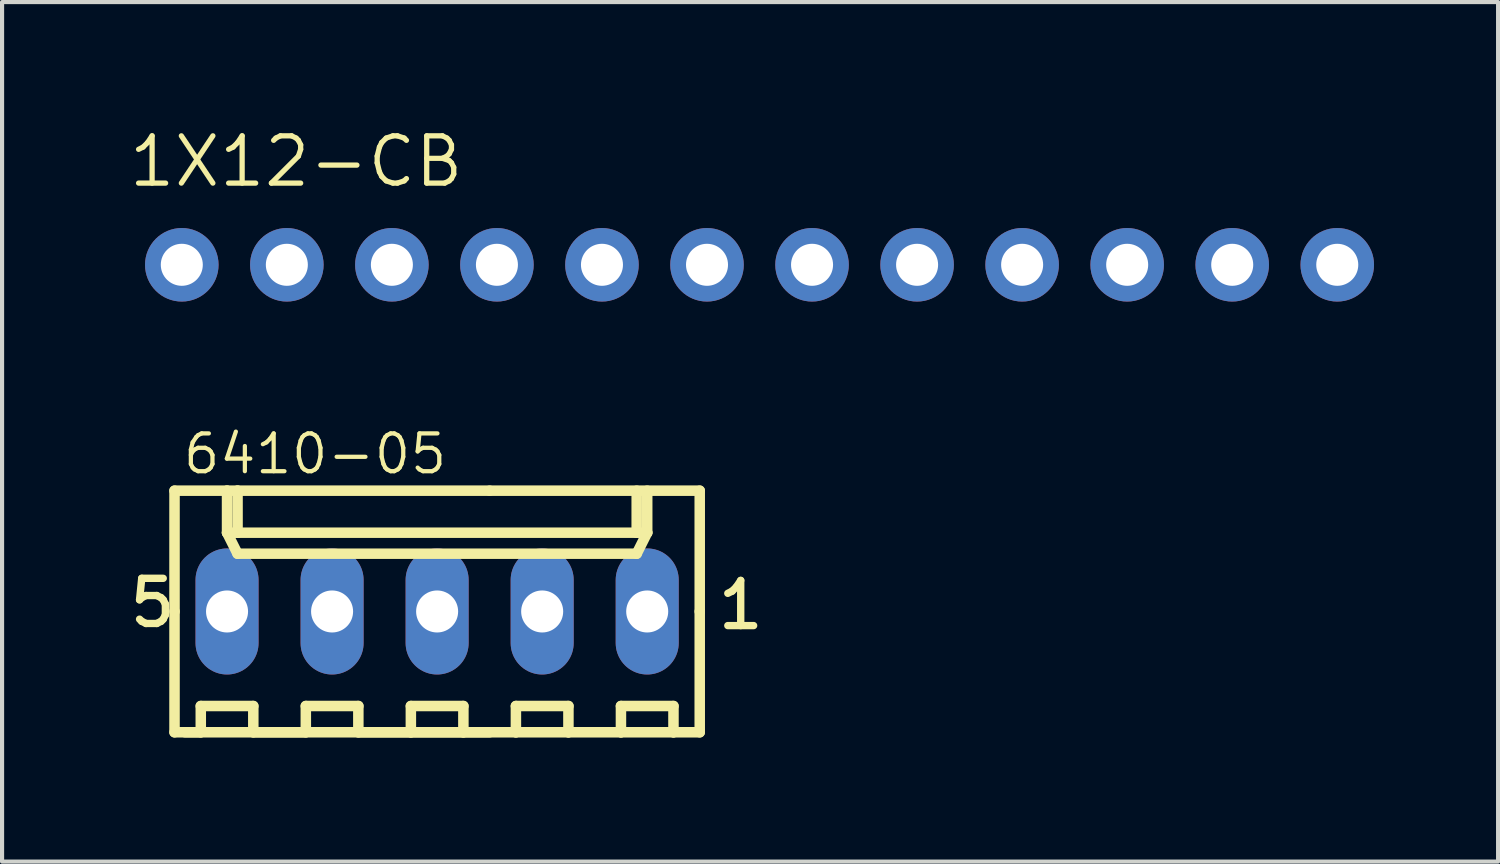
<source format=kicad_pcb>
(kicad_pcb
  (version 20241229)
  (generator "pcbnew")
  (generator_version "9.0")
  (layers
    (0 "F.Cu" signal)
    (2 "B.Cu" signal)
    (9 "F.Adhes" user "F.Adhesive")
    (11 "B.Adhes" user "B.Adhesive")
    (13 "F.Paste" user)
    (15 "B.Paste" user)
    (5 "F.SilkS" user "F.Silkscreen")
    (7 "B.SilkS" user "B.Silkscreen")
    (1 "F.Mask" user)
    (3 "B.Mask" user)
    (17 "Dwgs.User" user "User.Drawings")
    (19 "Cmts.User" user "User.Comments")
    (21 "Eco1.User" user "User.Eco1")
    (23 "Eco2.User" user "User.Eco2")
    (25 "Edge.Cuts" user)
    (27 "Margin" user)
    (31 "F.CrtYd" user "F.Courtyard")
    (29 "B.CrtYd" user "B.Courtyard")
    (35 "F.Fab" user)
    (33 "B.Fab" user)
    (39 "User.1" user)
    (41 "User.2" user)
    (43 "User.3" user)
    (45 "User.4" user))
  (footprint "1X12-CB"
    (layer "F.Cu")
    (at 15.316 3.353)
    (property "Reference" "1X12-CB" (at -15.316 -1.829 0) (layer "F.SilkS") (effects (font (size 1.143 1.143) (thickness 0.127)) (justify left bottom)))
    (fp_poly (pts (xy -14.224 0.254) (xy -13.716 0.254) (xy -13.716 -0.254) (xy -14.224 -0.254)) (stroke (width 0.1) (type default)) (fill no) (layer "F.Fab"))
    (fp_poly (pts (xy -11.684 0.254) (xy -11.176 0.254) (xy -11.176 -0.254) (xy -11.684 -0.254)) (stroke (width 0.1) (type default)) (fill no) (layer "F.Fab"))
    (fp_poly (pts (xy -9.144 0.254) (xy -8.636 0.254) (xy -8.636 -0.254) (xy -9.144 -0.254)) (stroke (width 0.1) (type default)) (fill no) (layer "F.Fab"))
    (fp_poly (pts (xy -6.604 0.254) (xy -6.096 0.254) (xy -6.096 -0.254) (xy -6.604 -0.254)) (stroke (width 0.1) (type default)) (fill no) (layer "F.Fab"))
    (fp_poly (pts (xy -4.064 0.254) (xy -3.556 0.254) (xy -3.556 -0.254) (xy -4.064 -0.254)) (stroke (width 0.1) (type default)) (fill no) (layer "F.Fab"))
    (fp_poly (pts (xy -1.524 0.254) (xy -1.016 0.254) (xy -1.016 -0.254) (xy -1.524 -0.254)) (stroke (width 0.1) (type default)) (fill no) (layer "F.Fab"))
    (fp_poly (pts (xy 1.016 0.254) (xy 1.524 0.254) (xy 1.524 -0.254) (xy 1.016 -0.254)) (stroke (width 0.1) (type default)) (fill no) (layer "F.Fab"))
    (fp_poly (pts (xy 3.556 0.254) (xy 4.064 0.254) (xy 4.064 -0.254) (xy 3.556 -0.254)) (stroke (width 0.1) (type default)) (fill no) (layer "F.Fab"))
    (fp_poly (pts (xy 6.096 0.254) (xy 6.604 0.254) (xy 6.604 -0.254) (xy 6.096 -0.254)) (stroke (width 0.1) (type default)) (fill no) (layer "F.Fab"))
    (fp_poly (pts (xy 8.636 0.254) (xy 9.144 0.254) (xy 9.144 -0.254) (xy 8.636 -0.254)) (stroke (width 0.1) (type default)) (fill no) (layer "F.Fab"))
    (fp_poly (pts (xy 11.176 0.254) (xy 11.684 0.254) (xy 11.684 -0.254) (xy 11.176 -0.254)) (stroke (width 0.1) (type default)) (fill no) (layer "F.Fab"))
    (fp_poly (pts (xy 13.716 0.254) (xy 14.224 0.254) (xy 14.224 -0.254) (xy 13.716 -0.254)) (stroke (width 0.1) (type default)) (fill no) (layer "F.Fab"))
    (pad "1" thru_hole circle (at -13.97 0 90) (size 1.778 1.778) (drill 1.016) (layers "*.Cu" "*.Mask"))
    (pad "2" thru_hole circle (at -11.43 0 90) (size 1.778 1.778) (drill 1.016) (layers "*.Cu" "*.Mask"))
    (pad "3" thru_hole circle (at -8.89 0 90) (size 1.778 1.778) (drill 1.016) (layers "*.Cu" "*.Mask"))
    (pad "4" thru_hole circle (at -6.35 0 90) (size 1.778 1.778) (drill 1.016) (layers "*.Cu" "*.Mask"))
    (pad "5" thru_hole circle (at -3.81 0 90) (size 1.778 1.778) (drill 1.016) (layers "*.Cu" "*.Mask"))
    (pad "6" thru_hole circle (at -1.27 0 90) (size 1.778 1.778) (drill 1.016) (layers "*.Cu" "*.Mask"))
    (pad "7" thru_hole circle (at 1.27 0 90) (size 1.778 1.778) (drill 1.016) (layers "*.Cu" "*.Mask"))
    (pad "8" thru_hole circle (at 3.81 0 90) (size 1.778 1.778) (drill 1.016) (layers "*.Cu" "*.Mask"))
    (pad "9" thru_hole circle (at 6.35 0 90) (size 1.778 1.778) (drill 1.016) (layers "*.Cu" "*.Mask"))
    (pad "10" thru_hole circle (at 8.89 0 90) (size 1.778 1.778) (drill 1.016) (layers "*.Cu" "*.Mask"))
    (pad "11" thru_hole circle (at 11.43 0 90) (size 1.778 1.778) (drill 1.016) (layers "*.Cu" "*.Mask"))
    (pad "12" thru_hole circle (at 13.97 0 90) (size 1.778 1.778) (drill 1.016) (layers "*.Cu" "*.Mask")))
  (footprint "6410-05"
    (layer "F.Cu")
    (at 7.52 11.736)
    (property "Reference" "6410-05" (at -6.196 -3.275 0) (layer "F.SilkS") (effects (font (size 0.914 0.914) (thickness 0.102)) (justify left bottom)))
    (fp_line (start -6.35 -2.921) (end -5.08 -2.921) (stroke (width 0.254) (type solid)) (layer "F.SilkS"))
    (fp_line (start -6.35 0) (end -6.35 -2.921) (stroke (width 0.254) (type solid)) (layer "F.SilkS"))
    (fp_line (start -6.35 0) (end -6.35 2.921) (stroke (width 0.254) (type solid)) (layer "F.SilkS"))
    (fp_line (start -6.35 2.921) (end 1.27 2.921) (stroke (width 0.254) (type solid)) (layer "F.SilkS"))
    (fp_line (start -6.096 2.921) (end -5.715 2.921) (stroke (width 0.254) (type solid)) (layer "F.SilkS"))
    (fp_line (start -5.715 2.286) (end -4.445 2.286) (stroke (width 0.254) (type solid)) (layer "F.SilkS"))
    (fp_line (start -5.715 2.921) (end -5.715 2.286) (stroke (width 0.254) (type solid)) (layer "F.SilkS"))
    (fp_line (start -5.08 -2.921) (end -4.826 -2.921) (stroke (width 0.254) (type solid)) (layer "F.SilkS"))
    (fp_line (start -5.08 -2.54) (end -5.08 -2.921) (stroke (width 0.127) (type solid)) (layer "F.SilkS"))
    (fp_line (start -5.08 -1.905) (end -5.08 -2.921) (stroke (width 0.254) (type solid)) (layer "F.SilkS"))
    (fp_line (start -5.08 -1.905) (end -4.826 -1.905) (stroke (width 0.254) (type solid)) (layer "F.SilkS"))
    (fp_line (start -5.08 -1.905) (end -4.826 -1.397) (stroke (width 0.254) (type solid)) (layer "F.SilkS"))
    (fp_line (start -4.826 -2.921) (end -4.826 -1.905) (stroke (width 0.254) (type solid)) (layer "F.SilkS"))
    (fp_line (start -4.826 -2.921) (end 1.27 -2.921) (stroke (width 0.254) (type solid)) (layer "F.SilkS"))
    (fp_line (start -4.826 -1.905) (end 4.826 -1.905) (stroke (width 0.254) (type solid)) (layer "F.SilkS"))
    (fp_line (start -4.826 -1.397) (end 4.826 -1.397) (stroke (width 0.254) (type solid)) (layer "F.SilkS"))
    (fp_line (start -4.445 2.286) (end -4.445 2.921) (stroke (width 0.254) (type solid)) (layer "F.SilkS"))
    (fp_line (start -4.445 2.921) (end -3.175 2.921) (stroke (width 0.254) (type solid)) (layer "F.SilkS"))
    (fp_line (start -3.175 2.286) (end -1.905 2.286) (stroke (width 0.254) (type solid)) (layer "F.SilkS"))
    (fp_line (start -3.175 2.921) (end -3.175 2.286) (stroke (width 0.254) (type solid)) (layer "F.SilkS"))
    (fp_line (start -1.905 2.286) (end -1.905 2.921) (stroke (width 0.254) (type solid)) (layer "F.SilkS"))
    (fp_line (start -1.905 2.921) (end -0.635 2.921) (stroke (width 0.254) (type solid)) (layer "F.SilkS"))
    (fp_line (start -0.635 2.286) (end 0.635 2.286) (stroke (width 0.254) (type solid)) (layer "F.SilkS"))
    (fp_line (start -0.635 2.921) (end -0.635 2.286) (stroke (width 0.254) (type solid)) (layer "F.SilkS"))
    (fp_line (start 0.635 2.286) (end 0.635 2.921) (stroke (width 0.254) (type solid)) (layer "F.SilkS"))
    (fp_line (start 0.635 2.921) (end -0.635 2.921) (stroke (width 0.254) (type solid)) (layer "F.SilkS"))
    (fp_line (start 0.635 2.921) (end 1.905 2.921) (stroke (width 0.254) (type solid)) (layer "F.SilkS"))
    (fp_line (start 1.905 2.286) (end 3.175 2.286) (stroke (width 0.254) (type solid)) (layer "F.SilkS"))
    (fp_line (start 1.905 2.921) (end 1.905 2.286) (stroke (width 0.254) (type solid)) (layer "F.SilkS"))
    (fp_line (start 3.175 2.286) (end 3.175 2.921) (stroke (width 0.254) (type solid)) (layer "F.SilkS"))
    (fp_line (start 3.175 2.921) (end 1.905 2.921) (stroke (width 0.254) (type solid)) (layer "F.SilkS"))
    (fp_line (start 3.175 2.921) (end 4.445 2.921) (stroke (width 0.254) (type solid)) (layer "F.SilkS"))
    (fp_line (start 4.445 2.286) (end 5.715 2.286) (stroke (width 0.254) (type solid)) (layer "F.SilkS"))
    (fp_line (start 4.445 2.921) (end 4.445 2.286) (stroke (width 0.254) (type solid)) (layer "F.SilkS"))
    (fp_line (start 4.826 -2.921) (end 4.826 -1.905) (stroke (width 0.254) (type solid)) (layer "F.SilkS"))
    (fp_line (start 4.826 -1.905) (end 5.08 -1.905) (stroke (width 0.254) (type solid)) (layer "F.SilkS"))
    (fp_line (start 4.826 -1.397) (end 5.08 -1.905) (stroke (width 0.254) (type solid)) (layer "F.SilkS"))
    (fp_line (start 5.08 -1.905) (end 5.08 -2.921) (stroke (width 0.254) (type solid)) (layer "F.SilkS"))
    (fp_line (start 5.715 2.286) (end 5.715 2.921) (stroke (width 0.254) (type solid)) (layer "F.SilkS"))
    (fp_line (start 5.715 2.921) (end 4.445 2.921) (stroke (width 0.254) (type solid)) (layer "F.SilkS"))
    (fp_line (start 5.715 2.921) (end 6.35 2.921) (stroke (width 0.254) (type solid)) (layer "F.SilkS"))
    (fp_line (start 6.35 -2.921) (end 1.27 -2.921) (stroke (width 0.254) (type solid)) (layer "F.SilkS"))
    (fp_line (start 6.35 0) (end 6.35 -2.921) (stroke (width 0.254) (type solid)) (layer "F.SilkS"))
    (fp_line (start 6.35 0) (end 6.35 2.921) (stroke (width 0.254) (type solid)) (layer "F.SilkS"))
    (fp_poly (pts (xy -5.334 0.254) (xy -4.826 0.254) (xy -4.826 -0.254) (xy -5.334 -0.254)) (stroke (width 0.1) (type default)) (fill no) (layer "F.Fab"))
    (fp_poly (pts (xy -2.794 0.254) (xy -2.286 0.254) (xy -2.286 -0.254) (xy -2.794 -0.254)) (stroke (width 0.1) (type default)) (fill no) (layer "F.Fab"))
    (fp_poly (pts (xy -0.254 0.254) (xy 0.254 0.254) (xy 0.254 -0.254) (xy -0.254 -0.254)) (stroke (width 0.1) (type default)) (fill no) (layer "F.Fab"))
    (fp_poly (pts (xy 2.286 0.254) (xy 2.794 0.254) (xy 2.794 -0.254) (xy 2.286 -0.254)) (stroke (width 0.1) (type default)) (fill no) (layer "F.Fab"))
    (fp_poly (pts (xy 4.826 0.254) (xy 5.334 0.254) (xy 5.334 -0.254) (xy 4.826 -0.254)) (stroke (width 0.1) (type default)) (fill no) (layer "F.Fab"))
    (fp_text user "5" (at -7.52 0.433 0) (layer "F.SilkS") (effects (font (size 1.092 1.092) (thickness 0.178)) (justify left bottom)))
    (fp_text user "1" (at 6.704 0.484 0) (layer "F.SilkS") (effects (font (size 1.092 1.092) (thickness 0.178)) (justify left bottom)))
    (pad "1" thru_hole oval (at 5.08 0 90) (size 3.048 1.524) (drill 1.016) (layers "*.Cu" "*.Mask"))
    (pad "2" thru_hole oval (at 2.54 0 90) (size 3.048 1.524) (drill 1.016) (layers "*.Cu" "*.Mask"))
    (pad "3" thru_hole oval (at 0 0 90) (size 3.048 1.524) (drill 1.016) (layers "*.Cu" "*.Mask"))
    (pad "4" thru_hole oval (at -2.54 0 90) (size 3.048 1.524) (drill 1.016) (layers "*.Cu" "*.Mask"))
    (pad "5" thru_hole oval (at -5.08 0 90) (size 3.048 1.524) (drill 1.016) (layers "*.Cu" "*.Mask")))
  (gr_rect
    (start -3 -3)
    (end 33.175 17.784)
    (stroke (width 0.1) (type default))
    (fill no)
    (layer "Edge.Cuts")))
</source>
